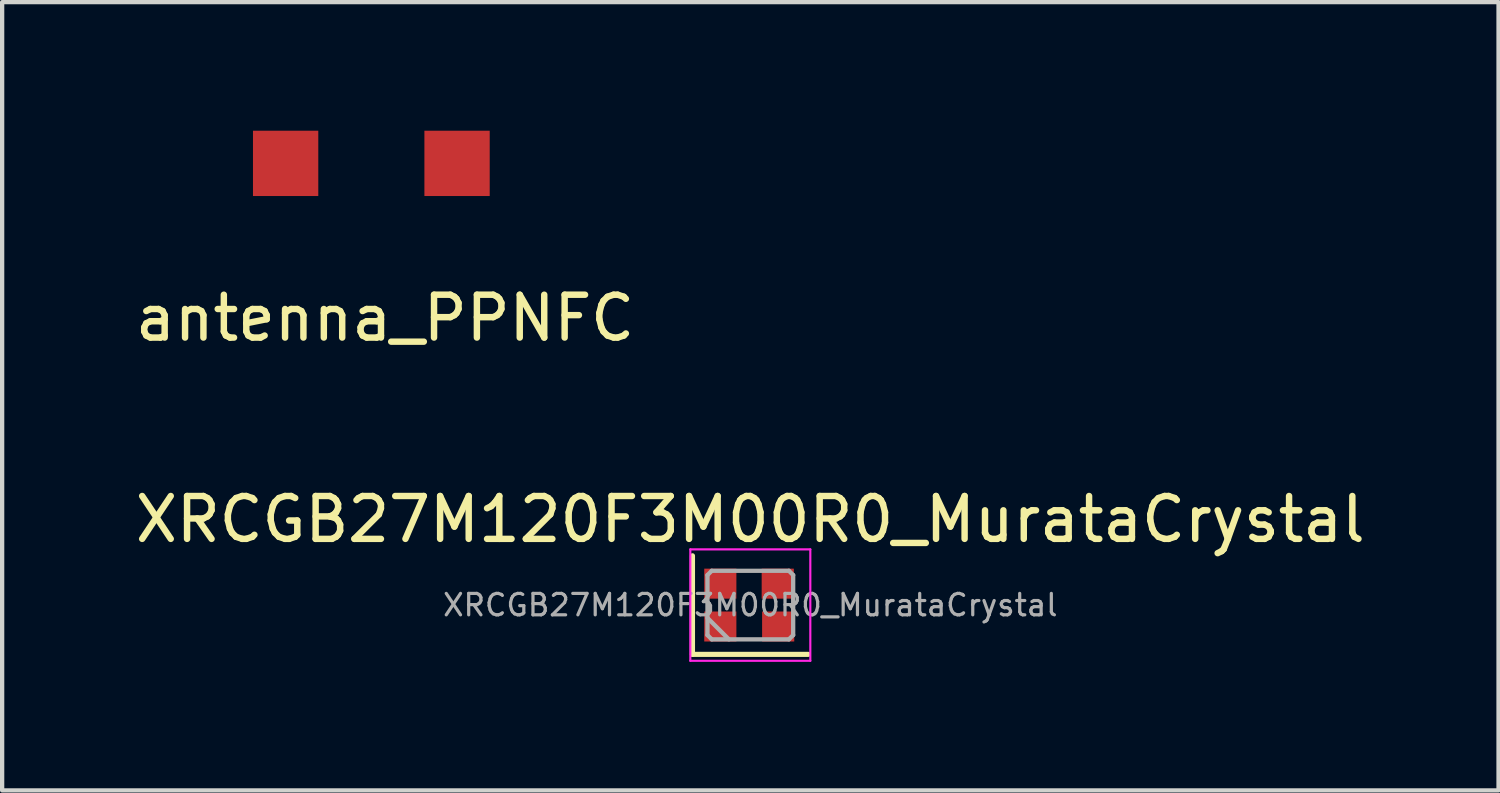
<source format=kicad_pcb>
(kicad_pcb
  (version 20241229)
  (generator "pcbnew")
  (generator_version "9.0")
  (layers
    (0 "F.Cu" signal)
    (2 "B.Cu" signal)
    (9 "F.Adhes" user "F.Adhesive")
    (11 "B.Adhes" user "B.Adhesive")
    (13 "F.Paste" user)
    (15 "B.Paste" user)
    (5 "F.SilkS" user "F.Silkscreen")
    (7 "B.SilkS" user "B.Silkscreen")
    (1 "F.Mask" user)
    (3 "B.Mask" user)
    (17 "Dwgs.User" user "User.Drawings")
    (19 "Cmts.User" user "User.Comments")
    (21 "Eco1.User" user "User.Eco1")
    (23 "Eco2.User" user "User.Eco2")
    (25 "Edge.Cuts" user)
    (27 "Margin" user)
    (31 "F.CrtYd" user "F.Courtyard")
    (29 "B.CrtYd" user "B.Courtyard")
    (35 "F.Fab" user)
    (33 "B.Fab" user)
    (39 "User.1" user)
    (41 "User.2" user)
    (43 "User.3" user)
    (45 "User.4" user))
  (footprint "XRCGB27M120F3M00R0_MurataCrystal"
    (layer "F.Cu")
    (at 14.458 11.069)
    (property "Reference" "XRCGB27M120F3M00R0_MurataCrystal" (at 0 -2 0) (layer "F.SilkS") (effects (font (size 1 1) (thickness 0.15))))
    (attr smd)
    (fp_line (start -1.35 -1.15) (end -1.35 1.15) (stroke (width 0.12) (type solid)) (layer "F.SilkS"))
    (fp_line (start -1.35 1.15) (end 1.35 1.15) (stroke (width 0.12) (type solid)) (layer "F.SilkS"))
    (fp_line (start -1.4 -1.3) (end -1.4 1.3) (stroke (width 0.05) (type solid)) (layer "F.CrtYd"))
    (fp_line (start -1.4 1.3) (end 1.4 1.3) (stroke (width 0.05) (type solid)) (layer "F.CrtYd"))
    (fp_line (start 1.4 -1.3) (end -1.4 -1.3) (stroke (width 0.05) (type solid)) (layer "F.CrtYd"))
    (fp_line (start 1.4 1.3) (end 1.4 -1.3) (stroke (width 0.05) (type solid)) (layer "F.CrtYd"))
    (fp_line (start -1 -0.7) (end -0.9 -0.8) (stroke (width 0.1) (type solid)) (layer "F.Fab"))
    (fp_line (start -1 0.3) (end -0.5 0.8) (stroke (width 0.1) (type solid)) (layer "F.Fab"))
    (fp_line (start -1 0.7) (end -1 -0.7) (stroke (width 0.1) (type solid)) (layer "F.Fab"))
    (fp_line (start -0.9 -0.8) (end 0.9 -0.8) (stroke (width 0.1) (type solid)) (layer "F.Fab"))
    (fp_line (start -0.9 0.8) (end -1 0.7) (stroke (width 0.1) (type solid)) (layer "F.Fab"))
    (fp_line (start 0.9 -0.8) (end 1 -0.7) (stroke (width 0.1) (type solid)) (layer "F.Fab"))
    (fp_line (start 0.9 0.8) (end -0.9 0.8) (stroke (width 0.1) (type solid)) (layer "F.Fab"))
    (fp_line (start 1 -0.7) (end 1 0.7) (stroke (width 0.1) (type solid)) (layer "F.Fab"))
    (fp_line (start 1 0.7) (end 0.9 0.8) (stroke (width 0.1) (type solid)) (layer "F.Fab"))
    (fp_text user "${REFERENCE}" (at 0 0 0) (layer "F.Fab") (effects (font (size 0.5 0.5) (thickness 0.075))))
    (pad "1" smd rect (at -0.7 0.5) (size 0.75 0.7) (layers "F.Cu" "F.Mask" "F.Paste"))
    (pad "2" smd rect (at 0.65 0.5) (size 0.75 0.7) (layers "F.Cu" "F.Mask" "F.Paste"))
    (pad "3" smd rect (at 0.64 -0.5) (size 0.75 0.7) (layers "F.Cu" "F.Mask" "F.Paste"))
    (pad "4" smd rect (at -0.7 -0.5) (size 0.75 0.7) (layers "F.Cu" "F.Mask" "F.Paste")))
  (footprint "antenna_PPNFC"
    (layer "F.Cu")
    (at 5.615 0.762)
    (property "Reference" "antenna_PPNFC" (at 0.32 3.61 0) (layer "F.SilkS") (effects (font (size 1 1) (thickness 0.15))))
    (attr through_hole)
    (pad "1" smd rect (at -2 0) (size 1.524 1.524) (layers "F.Cu" "F.Mask" "F.Paste"))
    (pad "2" smd rect (at 2 0) (size 1.524 1.524) (layers "F.Cu" "F.Mask" "F.Paste")))
  (gr_rect
    (start -3 -3)
    (end 31.917 15.393)
    (stroke (width 0.1) (type default))
    (fill no)
    (layer "Edge.Cuts")))
</source>
